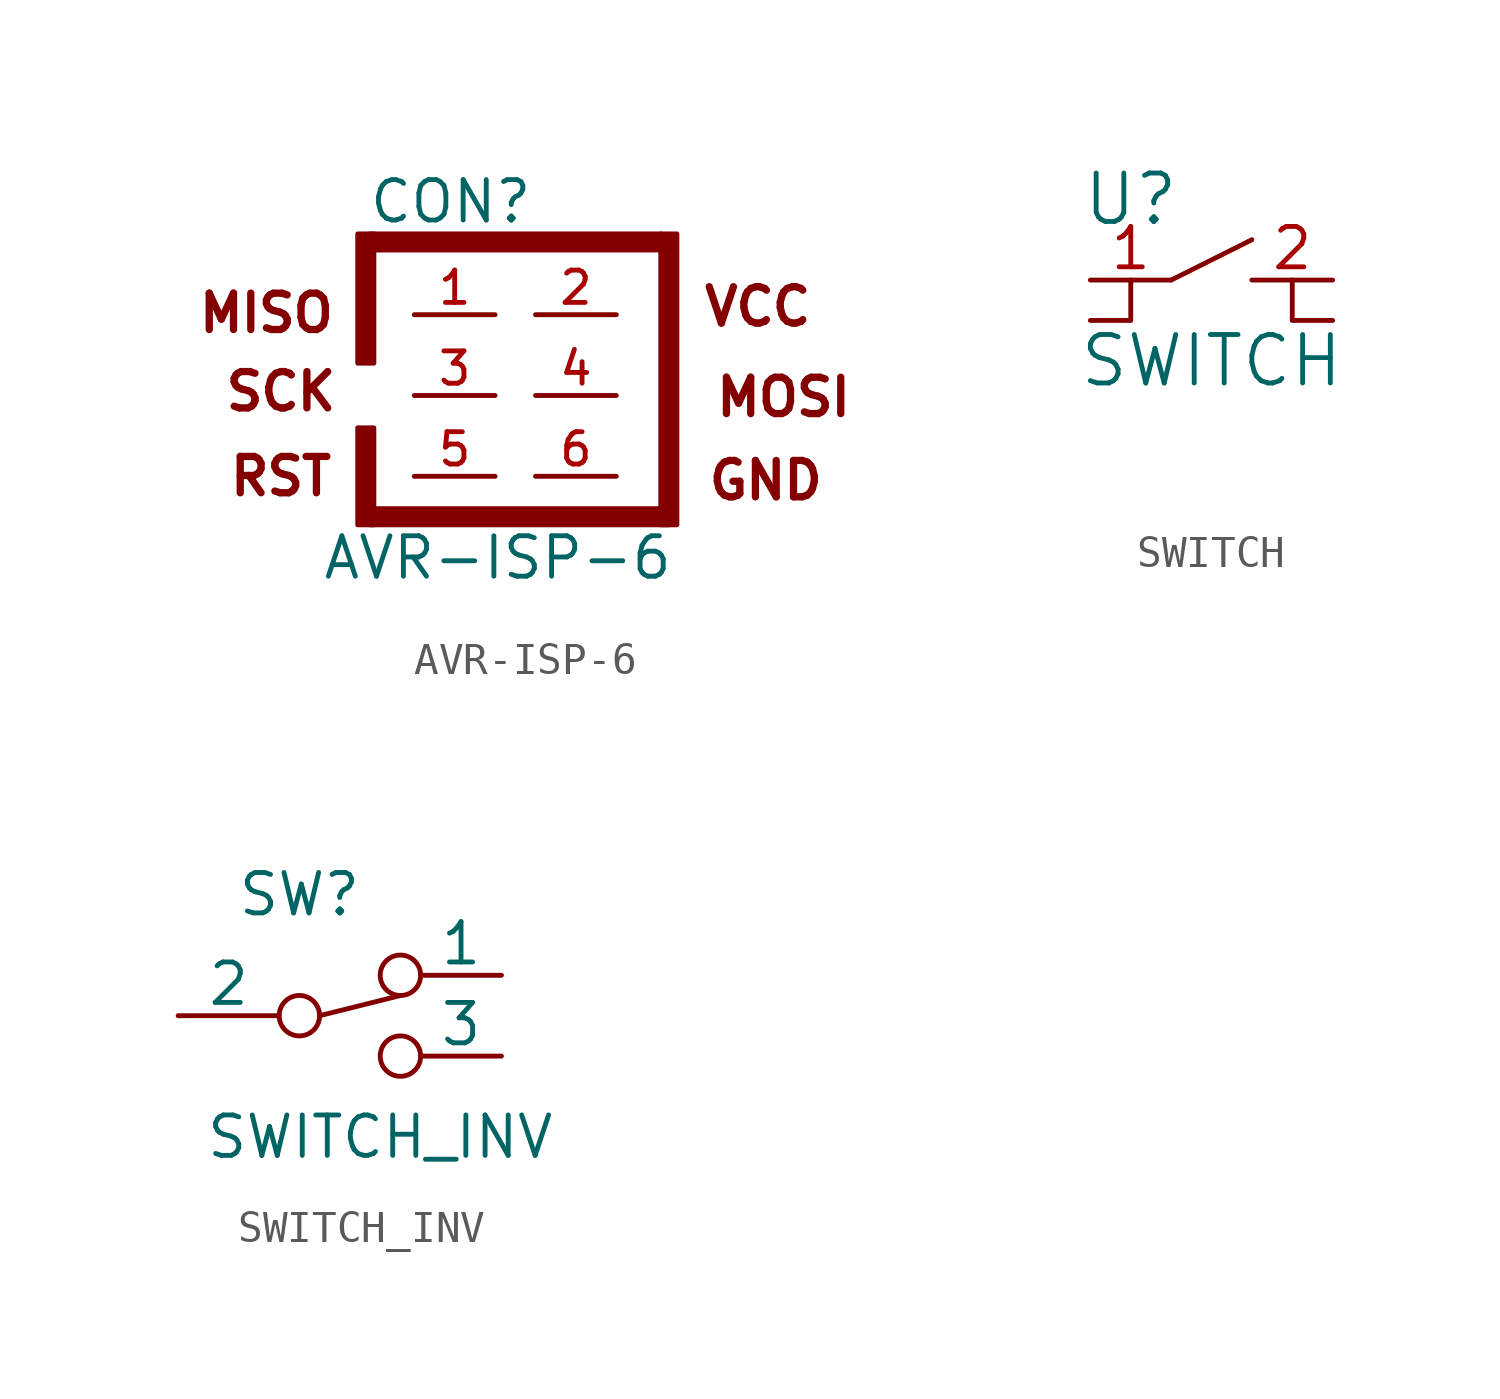
<source format=kicad_sym>
(kicad_symbol_lib
  (version 20211014)
  (generator kicad_symbol_editor)
  (symbol "AVR-ISP-6"
    (pin_names
      (offset 1.016))
    (property "Reference" "CON"
      (at -2.667 6.096 0)
      (effects (font (size 1.27 1.27))))
    (property "Value" "AVR-ISP-6"
      (at -6.731 -5.842 0)
      (effects (font (size 1.27 1.27)) (justify left bottom)))
    (property "Datasheet" ""
      (at -0.635 0 0)
      (effects (font (size 1.27 1.27))))
    (symbol "AVR-ISP-6_0_0"
      (text "SCK" (at -8.001 0.127 0) (effects (font (size 1.143 1.143) bold)))
      (text "VCC" (at 6.985 2.794 0) (effects (font (size 1.143 1.143) bold))))
    (symbol "AVR-ISP-6_0_1"
      (rectangle (start -5.207 -3.556) (end 4.191 -4.064) (stroke (width 0) (type default) (color 0 0 0 0)) (fill (type outline)))
      (rectangle (start -5.207 5.08) (end 3.937 4.572) (stroke (width 0) (type default) (color 0 0 0 0)) (fill (type outline)))
      (rectangle (start -5.08 -4.064) (end -5.588 -1.016) (stroke (width 0) (type default) (color 0 0 0 0)) (fill (type outline)))
      (rectangle (start -5.08 5.08) (end -5.588 1.016) (stroke (width 0) (type default) (color 0 0 0 0)) (fill (type outline)))
      (rectangle (start 3.937 5.08) (end 4.445 -4.064) (stroke (width 0) (type default) (color 0 0 0 0)) (fill (type outline))))
    (symbol "AVR-ISP-6_1_0"
      (text "GND" (at 7.239 -2.667 0) (effects (font (size 1.143 1.143) bold)))
      (text "MISO" (at -8.458 2.591 0) (effects (font (size 1.143 1.143) bold)))
      (text "MOSI" (at 7.798 -0.051 0) (effects (font (size 1.143 1.143) bold)))
      (text "RST" (at -8.001 -2.54 0) (effects (font (size 1.143 1.143) bold))))
    (symbol "AVR-ISP-6_1_1"
      (pin passive line (at -3.81 2.54 0) (length 2.54) (name "~" (effects (font (size 1.016 1.016)))) (number "1" (effects (font (size 1.016 1.016)))))
      (pin passive line (at 2.54 2.54 180) (length 2.54) (name "~" (effects (font (size 1.016 1.016)))) (number "2" (effects (font (size 1.016 1.016)))))
      (pin passive line (at -3.81 0 0) (length 2.54) (name "~" (effects (font (size 1.016 1.016)))) (number "3" (effects (font (size 1.016 1.016)))))
      (pin passive line (at 2.54 0 180) (length 2.54) (name "~" (effects (font (size 1.016 1.016)))) (number "4" (effects (font (size 1.016 1.016)))))
      (pin passive line (at -3.81 -2.54 0) (length 2.54) (name "~" (effects (font (size 1.016 1.016)))) (number "5" (effects (font (size 1.016 1.016)))))
      (pin passive line (at 2.54 -2.54 180) (length 2.54) (name "~" (effects (font (size 1.016 1.016)))) (number "6" (effects (font (size 1.016 1.016)))))))
  (symbol "SWITCH"
    (pin_names
      (offset 0.102))
    (property "Reference" "U"
      (at -2.54 2.54 0)
      (effects (font (size 1.524 1.524))))
    (property "Value" "SWITCH"
      (at 0 -2.54 0)
      (effects (font (size 1.524 1.524))))
    (property "Footprint" ""
      (at 0 -6.35 0)
      (effects (font (size 1.524 1.524))))
    (property "Datasheet" ""
      (at 0 -6.35 0)
      (effects (font (size 1.524 1.524))))
    (symbol "SWITCH_0_1"
      (polyline (pts (xy -1.27 0) (xy 1.27 1.27)) (stroke (width 0) (type default) (color 0 0 0 0)) (fill (type none)))
      (polyline (pts (xy -2.54 0) (xy -2.54 -1.27) (xy -3.81 -1.27)) (stroke (width 0) (type default) (color 0 0 0 0)) (fill (type none)))
      (polyline (pts (xy 2.54 0) (xy 2.54 -1.27) (xy 3.81 -1.27)) (stroke (width 0) (type default) (color 0 0 0 0)) (fill (type none))))
    (symbol "SWITCH_1_0"
      (pin passive line (at 3.81 0 180) (length 2.54) (name "~" (effects (font (size 1.27 1.27)))) (number "2" (effects (font (size 1.27 1.27))))))
    (symbol "SWITCH_1_1"
      (pin passive line (at -3.81 0 0) (length 2.54) (name "~" (effects (font (size 1.27 1.27)))) (number "1" (effects (font (size 1.27 1.27)))))))
  (symbol "SWITCH_INV"
    (pin_numbers hide)
    (pin_names
      (offset 0))
    (property "Reference" "SW"
      (at -2.54 3.81 0)
      (effects (font (size 1.27 1.27))))
    (property "Value" "SWITCH_INV"
      (at 0 -3.81 0)
      (effects (font (size 1.27 1.27))))
    (property "Footprint" ""
      (at 0 0 0)
      (effects (font (size 1.27 1.27))))
    (property "Datasheet" ""
      (at 0 0 0)
      (effects (font (size 1.27 1.27))))
    (symbol "SWITCH_INV_0_1"
      (circle (center -2.54 0) (radius 0.635) (stroke (width 0) (type default) (color 0 0 0 0)) (fill (type none)))
      (polyline (pts (xy -1.905 0) (xy 0.635 0.635)) (stroke (width 0) (type default) (color 0 0 0 0)) (fill (type none)))
      (circle (center 0.635 -1.27) (radius 0.635) (stroke (width 0) (type default) (color 0 0 0 0)) (fill (type none)))
      (circle (center 0.635 1.27) (radius 0.635) (stroke (width 0) (type default) (color 0 0 0 0)) (fill (type none))))
    (symbol "SWITCH_INV_1_1"
      (pin passive line (at 3.81 1.27 180) (length 2.54) (name "1" (effects (font (size 1.27 1.27)))) (number "1" (effects (font (size 1.27 1.27)))))
      (pin passive line (at -6.35 0 0) (length 3.175) (name "2" (effects (font (size 1.27 1.27)))) (number "2" (effects (font (size 1.27 1.27)))))
      (pin passive line (at 3.81 -1.27 180) (length 2.54) (name "3" (effects (font (size 1.27 1.27)))) (number "3" (effects (font (size 1.27 1.27))))))))
</source>
